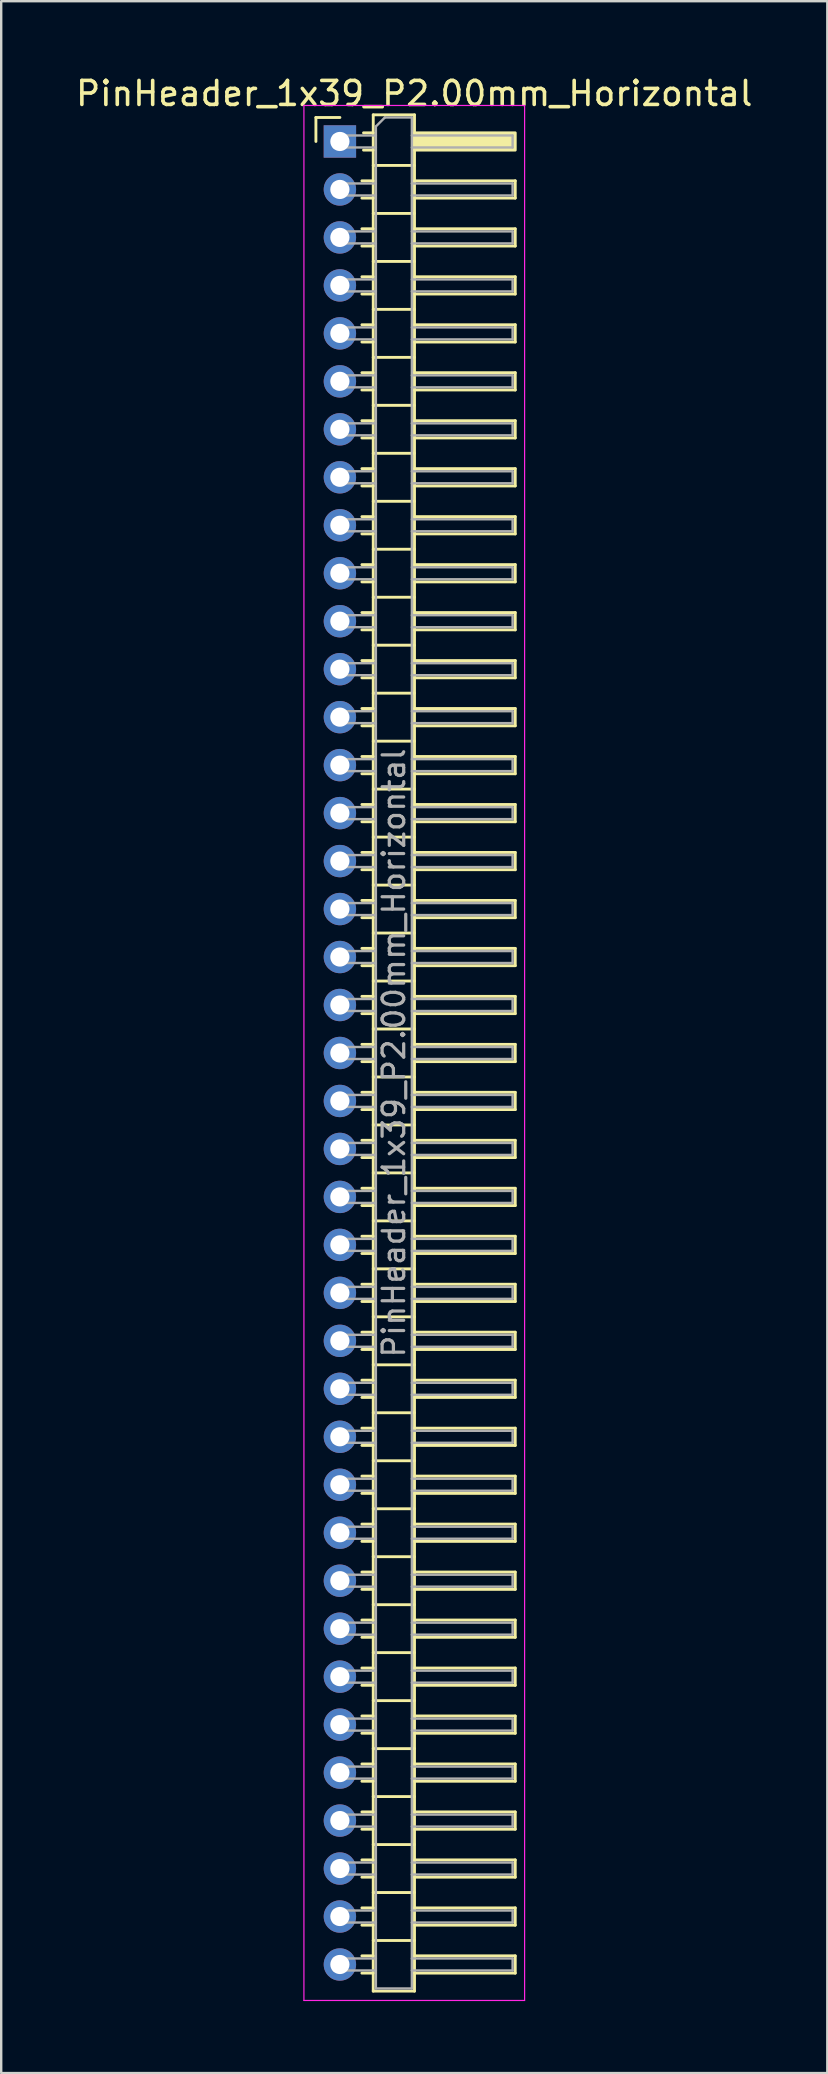
<source format=kicad_pcb>
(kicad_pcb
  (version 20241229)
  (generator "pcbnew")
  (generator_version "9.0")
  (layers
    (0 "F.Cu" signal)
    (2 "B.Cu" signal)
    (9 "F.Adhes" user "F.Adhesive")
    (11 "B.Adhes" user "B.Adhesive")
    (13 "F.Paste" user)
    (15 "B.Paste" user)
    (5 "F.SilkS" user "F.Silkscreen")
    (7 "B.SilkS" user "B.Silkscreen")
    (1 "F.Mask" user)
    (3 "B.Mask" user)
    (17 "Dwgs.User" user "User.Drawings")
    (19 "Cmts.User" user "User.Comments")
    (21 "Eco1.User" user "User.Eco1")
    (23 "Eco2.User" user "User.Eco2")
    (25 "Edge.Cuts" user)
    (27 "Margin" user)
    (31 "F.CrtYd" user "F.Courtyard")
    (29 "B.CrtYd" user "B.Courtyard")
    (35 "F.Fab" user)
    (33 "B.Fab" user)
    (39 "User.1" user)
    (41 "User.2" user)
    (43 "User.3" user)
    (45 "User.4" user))
  (footprint "PinHeader_1x39_P2.00mm_Horizontal"
    (layer "F.Cu")
    (at 11.12 2.848)
    (property "Reference" "PinHeader_1x39_P2.00mm_Horizontal" (at 3.1 -2 0) (layer "F.SilkS") (effects (font (size 1 1) (thickness 0.15))))
    (attr through_hole)
    (fp_line (start -1 -1) (end 0 -1) (stroke (width 0.12) (type solid)) (layer "F.SilkS"))
    (fp_line (start -1 0) (end -1 -1) (stroke (width 0.12) (type solid)) (layer "F.SilkS"))
    (fp_line (start 0.917 1.64) (end 1.39 1.64) (stroke (width 0.12) (type solid)) (layer "F.SilkS"))
    (fp_line (start 0.917 2.36) (end 1.39 2.36) (stroke (width 0.12) (type solid)) (layer "F.SilkS"))
    (fp_line (start 0.917 3.64) (end 1.39 3.64) (stroke (width 0.12) (type solid)) (layer "F.SilkS"))
    (fp_line (start 0.917 4.36) (end 1.39 4.36) (stroke (width 0.12) (type solid)) (layer "F.SilkS"))
    (fp_line (start 0.917 5.64) (end 1.39 5.64) (stroke (width 0.12) (type solid)) (layer "F.SilkS"))
    (fp_line (start 0.917 6.36) (end 1.39 6.36) (stroke (width 0.12) (type solid)) (layer "F.SilkS"))
    (fp_line (start 0.917 7.64) (end 1.39 7.64) (stroke (width 0.12) (type solid)) (layer "F.SilkS"))
    (fp_line (start 0.917 8.36) (end 1.39 8.36) (stroke (width 0.12) (type solid)) (layer "F.SilkS"))
    (fp_line (start 0.917 9.64) (end 1.39 9.64) (stroke (width 0.12) (type solid)) (layer "F.SilkS"))
    (fp_line (start 0.917 10.36) (end 1.39 10.36) (stroke (width 0.12) (type solid)) (layer "F.SilkS"))
    (fp_line (start 0.917 11.64) (end 1.39 11.64) (stroke (width 0.12) (type solid)) (layer "F.SilkS"))
    (fp_line (start 0.917 12.36) (end 1.39 12.36) (stroke (width 0.12) (type solid)) (layer "F.SilkS"))
    (fp_line (start 0.917 13.64) (end 1.39 13.64) (stroke (width 0.12) (type solid)) (layer "F.SilkS"))
    (fp_line (start 0.917 14.36) (end 1.39 14.36) (stroke (width 0.12) (type solid)) (layer "F.SilkS"))
    (fp_line (start 0.917 15.64) (end 1.39 15.64) (stroke (width 0.12) (type solid)) (layer "F.SilkS"))
    (fp_line (start 0.917 16.36) (end 1.39 16.36) (stroke (width 0.12) (type solid)) (layer "F.SilkS"))
    (fp_line (start 0.917 17.64) (end 1.39 17.64) (stroke (width 0.12) (type solid)) (layer "F.SilkS"))
    (fp_line (start 0.917 18.36) (end 1.39 18.36) (stroke (width 0.12) (type solid)) (layer "F.SilkS"))
    (fp_line (start 0.917 19.64) (end 1.39 19.64) (stroke (width 0.12) (type solid)) (layer "F.SilkS"))
    (fp_line (start 0.917 20.36) (end 1.39 20.36) (stroke (width 0.12) (type solid)) (layer "F.SilkS"))
    (fp_line (start 0.917 21.64) (end 1.39 21.64) (stroke (width 0.12) (type solid)) (layer "F.SilkS"))
    (fp_line (start 0.917 22.36) (end 1.39 22.36) (stroke (width 0.12) (type solid)) (layer "F.SilkS"))
    (fp_line (start 0.917 23.64) (end 1.39 23.64) (stroke (width 0.12) (type solid)) (layer "F.SilkS"))
    (fp_line (start 0.917 24.36) (end 1.39 24.36) (stroke (width 0.12) (type solid)) (layer "F.SilkS"))
    (fp_line (start 0.917 25.64) (end 1.39 25.64) (stroke (width 0.12) (type solid)) (layer "F.SilkS"))
    (fp_line (start 0.917 26.36) (end 1.39 26.36) (stroke (width 0.12) (type solid)) (layer "F.SilkS"))
    (fp_line (start 0.917 27.64) (end 1.39 27.64) (stroke (width 0.12) (type solid)) (layer "F.SilkS"))
    (fp_line (start 0.917 28.36) (end 1.39 28.36) (stroke (width 0.12) (type solid)) (layer "F.SilkS"))
    (fp_line (start 0.917 29.64) (end 1.39 29.64) (stroke (width 0.12) (type solid)) (layer "F.SilkS"))
    (fp_line (start 0.917 30.36) (end 1.39 30.36) (stroke (width 0.12) (type solid)) (layer "F.SilkS"))
    (fp_line (start 0.917 31.64) (end 1.39 31.64) (stroke (width 0.12) (type solid)) (layer "F.SilkS"))
    (fp_line (start 0.917 32.36) (end 1.39 32.36) (stroke (width 0.12) (type solid)) (layer "F.SilkS"))
    (fp_line (start 0.917 33.64) (end 1.39 33.64) (stroke (width 0.12) (type solid)) (layer "F.SilkS"))
    (fp_line (start 0.917 34.36) (end 1.39 34.36) (stroke (width 0.12) (type solid)) (layer "F.SilkS"))
    (fp_line (start 0.917 35.64) (end 1.39 35.64) (stroke (width 0.12) (type solid)) (layer "F.SilkS"))
    (fp_line (start 0.917 36.36) (end 1.39 36.36) (stroke (width 0.12) (type solid)) (layer "F.SilkS"))
    (fp_line (start 0.917 37.64) (end 1.39 37.64) (stroke (width 0.12) (type solid)) (layer "F.SilkS"))
    (fp_line (start 0.917 38.36) (end 1.39 38.36) (stroke (width 0.12) (type solid)) (layer "F.SilkS"))
    (fp_line (start 0.917 39.64) (end 1.39 39.64) (stroke (width 0.12) (type solid)) (layer "F.SilkS"))
    (fp_line (start 0.917 40.36) (end 1.39 40.36) (stroke (width 0.12) (type solid)) (layer "F.SilkS"))
    (fp_line (start 0.917 41.64) (end 1.39 41.64) (stroke (width 0.12) (type solid)) (layer "F.SilkS"))
    (fp_line (start 0.917 42.36) (end 1.39 42.36) (stroke (width 0.12) (type solid)) (layer "F.SilkS"))
    (fp_line (start 0.917 43.64) (end 1.39 43.64) (stroke (width 0.12) (type solid)) (layer "F.SilkS"))
    (fp_line (start 0.917 44.36) (end 1.39 44.36) (stroke (width 0.12) (type solid)) (layer "F.SilkS"))
    (fp_line (start 0.917 45.64) (end 1.39 45.64) (stroke (width 0.12) (type solid)) (layer "F.SilkS"))
    (fp_line (start 0.917 46.36) (end 1.39 46.36) (stroke (width 0.12) (type solid)) (layer "F.SilkS"))
    (fp_line (start 0.917 47.64) (end 1.39 47.64) (stroke (width 0.12) (type solid)) (layer "F.SilkS"))
    (fp_line (start 0.917 48.36) (end 1.39 48.36) (stroke (width 0.12) (type solid)) (layer "F.SilkS"))
    (fp_line (start 0.917 49.64) (end 1.39 49.64) (stroke (width 0.12) (type solid)) (layer "F.SilkS"))
    (fp_line (start 0.917 50.36) (end 1.39 50.36) (stroke (width 0.12) (type solid)) (layer "F.SilkS"))
    (fp_line (start 0.917 51.64) (end 1.39 51.64) (stroke (width 0.12) (type solid)) (layer "F.SilkS"))
    (fp_line (start 0.917 52.36) (end 1.39 52.36) (stroke (width 0.12) (type solid)) (layer "F.SilkS"))
    (fp_line (start 0.917 53.64) (end 1.39 53.64) (stroke (width 0.12) (type solid)) (layer "F.SilkS"))
    (fp_line (start 0.917 54.36) (end 1.39 54.36) (stroke (width 0.12) (type solid)) (layer "F.SilkS"))
    (fp_line (start 0.917 55.64) (end 1.39 55.64) (stroke (width 0.12) (type solid)) (layer "F.SilkS"))
    (fp_line (start 0.917 56.36) (end 1.39 56.36) (stroke (width 0.12) (type solid)) (layer "F.SilkS"))
    (fp_line (start 0.917 57.64) (end 1.39 57.64) (stroke (width 0.12) (type solid)) (layer "F.SilkS"))
    (fp_line (start 0.917 58.36) (end 1.39 58.36) (stroke (width 0.12) (type solid)) (layer "F.SilkS"))
    (fp_line (start 0.917 59.64) (end 1.39 59.64) (stroke (width 0.12) (type solid)) (layer "F.SilkS"))
    (fp_line (start 0.917 60.36) (end 1.39 60.36) (stroke (width 0.12) (type solid)) (layer "F.SilkS"))
    (fp_line (start 0.917 61.64) (end 1.39 61.64) (stroke (width 0.12) (type solid)) (layer "F.SilkS"))
    (fp_line (start 0.917 62.36) (end 1.39 62.36) (stroke (width 0.12) (type solid)) (layer "F.SilkS"))
    (fp_line (start 0.917 63.64) (end 1.39 63.64) (stroke (width 0.12) (type solid)) (layer "F.SilkS"))
    (fp_line (start 0.917 64.36) (end 1.39 64.36) (stroke (width 0.12) (type solid)) (layer "F.SilkS"))
    (fp_line (start 0.917 65.64) (end 1.39 65.64) (stroke (width 0.12) (type solid)) (layer "F.SilkS"))
    (fp_line (start 0.917 66.36) (end 1.39 66.36) (stroke (width 0.12) (type solid)) (layer "F.SilkS"))
    (fp_line (start 0.917 67.64) (end 1.39 67.64) (stroke (width 0.12) (type solid)) (layer "F.SilkS"))
    (fp_line (start 0.917 68.36) (end 1.39 68.36) (stroke (width 0.12) (type solid)) (layer "F.SilkS"))
    (fp_line (start 0.917 69.64) (end 1.39 69.64) (stroke (width 0.12) (type solid)) (layer "F.SilkS"))
    (fp_line (start 0.917 70.36) (end 1.39 70.36) (stroke (width 0.12) (type solid)) (layer "F.SilkS"))
    (fp_line (start 0.917 71.64) (end 1.39 71.64) (stroke (width 0.12) (type solid)) (layer "F.SilkS"))
    (fp_line (start 0.917 72.36) (end 1.39 72.36) (stroke (width 0.12) (type solid)) (layer "F.SilkS"))
    (fp_line (start 0.917 73.64) (end 1.39 73.64) (stroke (width 0.12) (type solid)) (layer "F.SilkS"))
    (fp_line (start 0.917 74.36) (end 1.39 74.36) (stroke (width 0.12) (type solid)) (layer "F.SilkS"))
    (fp_line (start 0.917 75.64) (end 1.39 75.64) (stroke (width 0.12) (type solid)) (layer "F.SilkS"))
    (fp_line (start 0.917 76.36) (end 1.39 76.36) (stroke (width 0.12) (type solid)) (layer "F.SilkS"))
    (fp_line (start 0.985 -0.36) (end 1.39 -0.36) (stroke (width 0.12) (type solid)) (layer "F.SilkS"))
    (fp_line (start 0.985 0.36) (end 1.39 0.36) (stroke (width 0.12) (type solid)) (layer "F.SilkS"))
    (fp_line (start 1.39 -1.11) (end 1.39 77.11) (stroke (width 0.12) (type solid)) (layer "F.SilkS"))
    (fp_line (start 1.39 1) (end 3.11 1) (stroke (width 0.12) (type solid)) (layer "F.SilkS"))
    (fp_line (start 1.39 3) (end 3.11 3) (stroke (width 0.12) (type solid)) (layer "F.SilkS"))
    (fp_line (start 1.39 5) (end 3.11 5) (stroke (width 0.12) (type solid)) (layer "F.SilkS"))
    (fp_line (start 1.39 7) (end 3.11 7) (stroke (width 0.12) (type solid)) (layer "F.SilkS"))
    (fp_line (start 1.39 9) (end 3.11 9) (stroke (width 0.12) (type solid)) (layer "F.SilkS"))
    (fp_line (start 1.39 11) (end 3.11 11) (stroke (width 0.12) (type solid)) (layer "F.SilkS"))
    (fp_line (start 1.39 13) (end 3.11 13) (stroke (width 0.12) (type solid)) (layer "F.SilkS"))
    (fp_line (start 1.39 15) (end 3.11 15) (stroke (width 0.12) (type solid)) (layer "F.SilkS"))
    (fp_line (start 1.39 17) (end 3.11 17) (stroke (width 0.12) (type solid)) (layer "F.SilkS"))
    (fp_line (start 1.39 19) (end 3.11 19) (stroke (width 0.12) (type solid)) (layer "F.SilkS"))
    (fp_line (start 1.39 21) (end 3.11 21) (stroke (width 0.12) (type solid)) (layer "F.SilkS"))
    (fp_line (start 1.39 23) (end 3.11 23) (stroke (width 0.12) (type solid)) (layer "F.SilkS"))
    (fp_line (start 1.39 25) (end 3.11 25) (stroke (width 0.12) (type solid)) (layer "F.SilkS"))
    (fp_line (start 1.39 27) (end 3.11 27) (stroke (width 0.12) (type solid)) (layer "F.SilkS"))
    (fp_line (start 1.39 29) (end 3.11 29) (stroke (width 0.12) (type solid)) (layer "F.SilkS"))
    (fp_line (start 1.39 31) (end 3.11 31) (stroke (width 0.12) (type solid)) (layer "F.SilkS"))
    (fp_line (start 1.39 33) (end 3.11 33) (stroke (width 0.12) (type solid)) (layer "F.SilkS"))
    (fp_line (start 1.39 35) (end 3.11 35) (stroke (width 0.12) (type solid)) (layer "F.SilkS"))
    (fp_line (start 1.39 37) (end 3.11 37) (stroke (width 0.12) (type solid)) (layer "F.SilkS"))
    (fp_line (start 1.39 39) (end 3.11 39) (stroke (width 0.12) (type solid)) (layer "F.SilkS"))
    (fp_line (start 1.39 41) (end 3.11 41) (stroke (width 0.12) (type solid)) (layer "F.SilkS"))
    (fp_line (start 1.39 43) (end 3.11 43) (stroke (width 0.12) (type solid)) (layer "F.SilkS"))
    (fp_line (start 1.39 45) (end 3.11 45) (stroke (width 0.12) (type solid)) (layer "F.SilkS"))
    (fp_line (start 1.39 47) (end 3.11 47) (stroke (width 0.12) (type solid)) (layer "F.SilkS"))
    (fp_line (start 1.39 49) (end 3.11 49) (stroke (width 0.12) (type solid)) (layer "F.SilkS"))
    (fp_line (start 1.39 51) (end 3.11 51) (stroke (width 0.12) (type solid)) (layer "F.SilkS"))
    (fp_line (start 1.39 53) (end 3.11 53) (stroke (width 0.12) (type solid)) (layer "F.SilkS"))
    (fp_line (start 1.39 55) (end 3.11 55) (stroke (width 0.12) (type solid)) (layer "F.SilkS"))
    (fp_line (start 1.39 57) (end 3.11 57) (stroke (width 0.12) (type solid)) (layer "F.SilkS"))
    (fp_line (start 1.39 59) (end 3.11 59) (stroke (width 0.12) (type solid)) (layer "F.SilkS"))
    (fp_line (start 1.39 61) (end 3.11 61) (stroke (width 0.12) (type solid)) (layer "F.SilkS"))
    (fp_line (start 1.39 63) (end 3.11 63) (stroke (width 0.12) (type solid)) (layer "F.SilkS"))
    (fp_line (start 1.39 65) (end 3.11 65) (stroke (width 0.12) (type solid)) (layer "F.SilkS"))
    (fp_line (start 1.39 67) (end 3.11 67) (stroke (width 0.12) (type solid)) (layer "F.SilkS"))
    (fp_line (start 1.39 69) (end 3.11 69) (stroke (width 0.12) (type solid)) (layer "F.SilkS"))
    (fp_line (start 1.39 71) (end 3.11 71) (stroke (width 0.12) (type solid)) (layer "F.SilkS"))
    (fp_line (start 1.39 73) (end 3.11 73) (stroke (width 0.12) (type solid)) (layer "F.SilkS"))
    (fp_line (start 1.39 75) (end 3.11 75) (stroke (width 0.12) (type solid)) (layer "F.SilkS"))
    (fp_line (start 1.39 77.11) (end 3.11 77.11) (stroke (width 0.12) (type solid)) (layer "F.SilkS"))
    (fp_line (start 3.11 -1.11) (end 1.39 -1.11) (stroke (width 0.12) (type solid)) (layer "F.SilkS"))
    (fp_line (start 3.11 1.64) (end 7.31 1.64) (stroke (width 0.12) (type solid)) (layer "F.SilkS"))
    (fp_line (start 3.11 3.64) (end 7.31 3.64) (stroke (width 0.12) (type solid)) (layer "F.SilkS"))
    (fp_line (start 3.11 5.64) (end 7.31 5.64) (stroke (width 0.12) (type solid)) (layer "F.SilkS"))
    (fp_line (start 3.11 7.64) (end 7.31 7.64) (stroke (width 0.12) (type solid)) (layer "F.SilkS"))
    (fp_line (start 3.11 9.64) (end 7.31 9.64) (stroke (width 0.12) (type solid)) (layer "F.SilkS"))
    (fp_line (start 3.11 11.64) (end 7.31 11.64) (stroke (width 0.12) (type solid)) (layer "F.SilkS"))
    (fp_line (start 3.11 13.64) (end 7.31 13.64) (stroke (width 0.12) (type solid)) (layer "F.SilkS"))
    (fp_line (start 3.11 15.64) (end 7.31 15.64) (stroke (width 0.12) (type solid)) (layer "F.SilkS"))
    (fp_line (start 3.11 17.64) (end 7.31 17.64) (stroke (width 0.12) (type solid)) (layer "F.SilkS"))
    (fp_line (start 3.11 19.64) (end 7.31 19.64) (stroke (width 0.12) (type solid)) (layer "F.SilkS"))
    (fp_line (start 3.11 21.64) (end 7.31 21.64) (stroke (width 0.12) (type solid)) (layer "F.SilkS"))
    (fp_line (start 3.11 23.64) (end 7.31 23.64) (stroke (width 0.12) (type solid)) (layer "F.SilkS"))
    (fp_line (start 3.11 25.64) (end 7.31 25.64) (stroke (width 0.12) (type solid)) (layer "F.SilkS"))
    (fp_line (start 3.11 27.64) (end 7.31 27.64) (stroke (width 0.12) (type solid)) (layer "F.SilkS"))
    (fp_line (start 3.11 29.64) (end 7.31 29.64) (stroke (width 0.12) (type solid)) (layer "F.SilkS"))
    (fp_line (start 3.11 31.64) (end 7.31 31.64) (stroke (width 0.12) (type solid)) (layer "F.SilkS"))
    (fp_line (start 3.11 33.64) (end 7.31 33.64) (stroke (width 0.12) (type solid)) (layer "F.SilkS"))
    (fp_line (start 3.11 35.64) (end 7.31 35.64) (stroke (width 0.12) (type solid)) (layer "F.SilkS"))
    (fp_line (start 3.11 37.64) (end 7.31 37.64) (stroke (width 0.12) (type solid)) (layer "F.SilkS"))
    (fp_line (start 3.11 39.64) (end 7.31 39.64) (stroke (width 0.12) (type solid)) (layer "F.SilkS"))
    (fp_line (start 3.11 41.64) (end 7.31 41.64) (stroke (width 0.12) (type solid)) (layer "F.SilkS"))
    (fp_line (start 3.11 43.64) (end 7.31 43.64) (stroke (width 0.12) (type solid)) (layer "F.SilkS"))
    (fp_line (start 3.11 45.64) (end 7.31 45.64) (stroke (width 0.12) (type solid)) (layer "F.SilkS"))
    (fp_line (start 3.11 47.64) (end 7.31 47.64) (stroke (width 0.12) (type solid)) (layer "F.SilkS"))
    (fp_line (start 3.11 49.64) (end 7.31 49.64) (stroke (width 0.12) (type solid)) (layer "F.SilkS"))
    (fp_line (start 3.11 51.64) (end 7.31 51.64) (stroke (width 0.12) (type solid)) (layer "F.SilkS"))
    (fp_line (start 3.11 53.64) (end 7.31 53.64) (stroke (width 0.12) (type solid)) (layer "F.SilkS"))
    (fp_line (start 3.11 55.64) (end 7.31 55.64) (stroke (width 0.12) (type solid)) (layer "F.SilkS"))
    (fp_line (start 3.11 57.64) (end 7.31 57.64) (stroke (width 0.12) (type solid)) (layer "F.SilkS"))
    (fp_line (start 3.11 59.64) (end 7.31 59.64) (stroke (width 0.12) (type solid)) (layer "F.SilkS"))
    (fp_line (start 3.11 61.64) (end 7.31 61.64) (stroke (width 0.12) (type solid)) (layer "F.SilkS"))
    (fp_line (start 3.11 63.64) (end 7.31 63.64) (stroke (width 0.12) (type solid)) (layer "F.SilkS"))
    (fp_line (start 3.11 65.64) (end 7.31 65.64) (stroke (width 0.12) (type solid)) (layer "F.SilkS"))
    (fp_line (start 3.11 67.64) (end 7.31 67.64) (stroke (width 0.12) (type solid)) (layer "F.SilkS"))
    (fp_line (start 3.11 69.64) (end 7.31 69.64) (stroke (width 0.12) (type solid)) (layer "F.SilkS"))
    (fp_line (start 3.11 71.64) (end 7.31 71.64) (stroke (width 0.12) (type solid)) (layer "F.SilkS"))
    (fp_line (start 3.11 73.64) (end 7.31 73.64) (stroke (width 0.12) (type solid)) (layer "F.SilkS"))
    (fp_line (start 3.11 75.64) (end 7.31 75.64) (stroke (width 0.12) (type solid)) (layer "F.SilkS"))
    (fp_line (start 3.11 77.11) (end 3.11 -1.11) (stroke (width 0.12) (type solid)) (layer "F.SilkS"))
    (fp_line (start 7.31 1.64) (end 7.31 2.36) (stroke (width 0.12) (type solid)) (layer "F.SilkS"))
    (fp_line (start 7.31 2.36) (end 3.11 2.36) (stroke (width 0.12) (type solid)) (layer "F.SilkS"))
    (fp_line (start 7.31 3.64) (end 7.31 4.36) (stroke (width 0.12) (type solid)) (layer "F.SilkS"))
    (fp_line (start 7.31 4.36) (end 3.11 4.36) (stroke (width 0.12) (type solid)) (layer "F.SilkS"))
    (fp_line (start 7.31 5.64) (end 7.31 6.36) (stroke (width 0.12) (type solid)) (layer "F.SilkS"))
    (fp_line (start 7.31 6.36) (end 3.11 6.36) (stroke (width 0.12) (type solid)) (layer "F.SilkS"))
    (fp_line (start 7.31 7.64) (end 7.31 8.36) (stroke (width 0.12) (type solid)) (layer "F.SilkS"))
    (fp_line (start 7.31 8.36) (end 3.11 8.36) (stroke (width 0.12) (type solid)) (layer "F.SilkS"))
    (fp_line (start 7.31 9.64) (end 7.31 10.36) (stroke (width 0.12) (type solid)) (layer "F.SilkS"))
    (fp_line (start 7.31 10.36) (end 3.11 10.36) (stroke (width 0.12) (type solid)) (layer "F.SilkS"))
    (fp_line (start 7.31 11.64) (end 7.31 12.36) (stroke (width 0.12) (type solid)) (layer "F.SilkS"))
    (fp_line (start 7.31 12.36) (end 3.11 12.36) (stroke (width 0.12) (type solid)) (layer "F.SilkS"))
    (fp_line (start 7.31 13.64) (end 7.31 14.36) (stroke (width 0.12) (type solid)) (layer "F.SilkS"))
    (fp_line (start 7.31 14.36) (end 3.11 14.36) (stroke (width 0.12) (type solid)) (layer "F.SilkS"))
    (fp_line (start 7.31 15.64) (end 7.31 16.36) (stroke (width 0.12) (type solid)) (layer "F.SilkS"))
    (fp_line (start 7.31 16.36) (end 3.11 16.36) (stroke (width 0.12) (type solid)) (layer "F.SilkS"))
    (fp_line (start 7.31 17.64) (end 7.31 18.36) (stroke (width 0.12) (type solid)) (layer "F.SilkS"))
    (fp_line (start 7.31 18.36) (end 3.11 18.36) (stroke (width 0.12) (type solid)) (layer "F.SilkS"))
    (fp_line (start 7.31 19.64) (end 7.31 20.36) (stroke (width 0.12) (type solid)) (layer "F.SilkS"))
    (fp_line (start 7.31 20.36) (end 3.11 20.36) (stroke (width 0.12) (type solid)) (layer "F.SilkS"))
    (fp_line (start 7.31 21.64) (end 7.31 22.36) (stroke (width 0.12) (type solid)) (layer "F.SilkS"))
    (fp_line (start 7.31 22.36) (end 3.11 22.36) (stroke (width 0.12) (type solid)) (layer "F.SilkS"))
    (fp_line (start 7.31 23.64) (end 7.31 24.36) (stroke (width 0.12) (type solid)) (layer "F.SilkS"))
    (fp_line (start 7.31 24.36) (end 3.11 24.36) (stroke (width 0.12) (type solid)) (layer "F.SilkS"))
    (fp_line (start 7.31 25.64) (end 7.31 26.36) (stroke (width 0.12) (type solid)) (layer "F.SilkS"))
    (fp_line (start 7.31 26.36) (end 3.11 26.36) (stroke (width 0.12) (type solid)) (layer "F.SilkS"))
    (fp_line (start 7.31 27.64) (end 7.31 28.36) (stroke (width 0.12) (type solid)) (layer "F.SilkS"))
    (fp_line (start 7.31 28.36) (end 3.11 28.36) (stroke (width 0.12) (type solid)) (layer "F.SilkS"))
    (fp_line (start 7.31 29.64) (end 7.31 30.36) (stroke (width 0.12) (type solid)) (layer "F.SilkS"))
    (fp_line (start 7.31 30.36) (end 3.11 30.36) (stroke (width 0.12) (type solid)) (layer "F.SilkS"))
    (fp_line (start 7.31 31.64) (end 7.31 32.36) (stroke (width 0.12) (type solid)) (layer "F.SilkS"))
    (fp_line (start 7.31 32.36) (end 3.11 32.36) (stroke (width 0.12) (type solid)) (layer "F.SilkS"))
    (fp_line (start 7.31 33.64) (end 7.31 34.36) (stroke (width 0.12) (type solid)) (layer "F.SilkS"))
    (fp_line (start 7.31 34.36) (end 3.11 34.36) (stroke (width 0.12) (type solid)) (layer "F.SilkS"))
    (fp_line (start 7.31 35.64) (end 7.31 36.36) (stroke (width 0.12) (type solid)) (layer "F.SilkS"))
    (fp_line (start 7.31 36.36) (end 3.11 36.36) (stroke (width 0.12) (type solid)) (layer "F.SilkS"))
    (fp_line (start 7.31 37.64) (end 7.31 38.36) (stroke (width 0.12) (type solid)) (layer "F.SilkS"))
    (fp_line (start 7.31 38.36) (end 3.11 38.36) (stroke (width 0.12) (type solid)) (layer "F.SilkS"))
    (fp_line (start 7.31 39.64) (end 7.31 40.36) (stroke (width 0.12) (type solid)) (layer "F.SilkS"))
    (fp_line (start 7.31 40.36) (end 3.11 40.36) (stroke (width 0.12) (type solid)) (layer "F.SilkS"))
    (fp_line (start 7.31 41.64) (end 7.31 42.36) (stroke (width 0.12) (type solid)) (layer "F.SilkS"))
    (fp_line (start 7.31 42.36) (end 3.11 42.36) (stroke (width 0.12) (type solid)) (layer "F.SilkS"))
    (fp_line (start 7.31 43.64) (end 7.31 44.36) (stroke (width 0.12) (type solid)) (layer "F.SilkS"))
    (fp_line (start 7.31 44.36) (end 3.11 44.36) (stroke (width 0.12) (type solid)) (layer "F.SilkS"))
    (fp_line (start 7.31 45.64) (end 7.31 46.36) (stroke (width 0.12) (type solid)) (layer "F.SilkS"))
    (fp_line (start 7.31 46.36) (end 3.11 46.36) (stroke (width 0.12) (type solid)) (layer "F.SilkS"))
    (fp_line (start 7.31 47.64) (end 7.31 48.36) (stroke (width 0.12) (type solid)) (layer "F.SilkS"))
    (fp_line (start 7.31 48.36) (end 3.11 48.36) (stroke (width 0.12) (type solid)) (layer "F.SilkS"))
    (fp_line (start 7.31 49.64) (end 7.31 50.36) (stroke (width 0.12) (type solid)) (layer "F.SilkS"))
    (fp_line (start 7.31 50.36) (end 3.11 50.36) (stroke (width 0.12) (type solid)) (layer "F.SilkS"))
    (fp_line (start 7.31 51.64) (end 7.31 52.36) (stroke (width 0.12) (type solid)) (layer "F.SilkS"))
    (fp_line (start 7.31 52.36) (end 3.11 52.36) (stroke (width 0.12) (type solid)) (layer "F.SilkS"))
    (fp_line (start 7.31 53.64) (end 7.31 54.36) (stroke (width 0.12) (type solid)) (layer "F.SilkS"))
    (fp_line (start 7.31 54.36) (end 3.11 54.36) (stroke (width 0.12) (type solid)) (layer "F.SilkS"))
    (fp_line (start 7.31 55.64) (end 7.31 56.36) (stroke (width 0.12) (type solid)) (layer "F.SilkS"))
    (fp_line (start 7.31 56.36) (end 3.11 56.36) (stroke (width 0.12) (type solid)) (layer "F.SilkS"))
    (fp_line (start 7.31 57.64) (end 7.31 58.36) (stroke (width 0.12) (type solid)) (layer "F.SilkS"))
    (fp_line (start 7.31 58.36) (end 3.11 58.36) (stroke (width 0.12) (type solid)) (layer "F.SilkS"))
    (fp_line (start 7.31 59.64) (end 7.31 60.36) (stroke (width 0.12) (type solid)) (layer "F.SilkS"))
    (fp_line (start 7.31 60.36) (end 3.11 60.36) (stroke (width 0.12) (type solid)) (layer "F.SilkS"))
    (fp_line (start 7.31 61.64) (end 7.31 62.36) (stroke (width 0.12) (type solid)) (layer "F.SilkS"))
    (fp_line (start 7.31 62.36) (end 3.11 62.36) (stroke (width 0.12) (type solid)) (layer "F.SilkS"))
    (fp_line (start 7.31 63.64) (end 7.31 64.36) (stroke (width 0.12) (type solid)) (layer "F.SilkS"))
    (fp_line (start 7.31 64.36) (end 3.11 64.36) (stroke (width 0.12) (type solid)) (layer "F.SilkS"))
    (fp_line (start 7.31 65.64) (end 7.31 66.36) (stroke (width 0.12) (type solid)) (layer "F.SilkS"))
    (fp_line (start 7.31 66.36) (end 3.11 66.36) (stroke (width 0.12) (type solid)) (layer "F.SilkS"))
    (fp_line (start 7.31 67.64) (end 7.31 68.36) (stroke (width 0.12) (type solid)) (layer "F.SilkS"))
    (fp_line (start 7.31 68.36) (end 3.11 68.36) (stroke (width 0.12) (type solid)) (layer "F.SilkS"))
    (fp_line (start 7.31 69.64) (end 7.31 70.36) (stroke (width 0.12) (type solid)) (layer "F.SilkS"))
    (fp_line (start 7.31 70.36) (end 3.11 70.36) (stroke (width 0.12) (type solid)) (layer "F.SilkS"))
    (fp_line (start 7.31 71.64) (end 7.31 72.36) (stroke (width 0.12) (type solid)) (layer "F.SilkS"))
    (fp_line (start 7.31 72.36) (end 3.11 72.36) (stroke (width 0.12) (type solid)) (layer "F.SilkS"))
    (fp_line (start 7.31 73.64) (end 7.31 74.36) (stroke (width 0.12) (type solid)) (layer "F.SilkS"))
    (fp_line (start 7.31 74.36) (end 3.11 74.36) (stroke (width 0.12) (type solid)) (layer "F.SilkS"))
    (fp_line (start 7.31 75.64) (end 7.31 76.36) (stroke (width 0.12) (type solid)) (layer "F.SilkS"))
    (fp_line (start 7.31 76.36) (end 3.11 76.36) (stroke (width 0.12) (type solid)) (layer "F.SilkS"))
    (fp_rect (start 3.11 -0.36) (end 7.31 0.36) (stroke (width 0.12) (type solid)) (fill yes) (layer "F.SilkS"))
    (fp_line (start -1.5 -1.5) (end -1.5 77.5) (stroke (width 0.05) (type solid)) (layer "F.CrtYd"))
    (fp_line (start -1.5 77.5) (end 7.7 77.5) (stroke (width 0.05) (type solid)) (layer "F.CrtYd"))
    (fp_line (start 7.7 -1.5) (end -1.5 -1.5) (stroke (width 0.05) (type solid)) (layer "F.CrtYd"))
    (fp_line (start 7.7 77.5) (end 7.7 -1.5) (stroke (width 0.05) (type solid)) (layer "F.CrtYd"))
    (fp_line (start -0.25 -0.25) (end -0.25 0.25) (stroke (width 0.1) (type solid)) (layer "F.Fab"))
    (fp_line (start -0.25 -0.25) (end 1.5 -0.25) (stroke (width 0.1) (type solid)) (layer "F.Fab"))
    (fp_line (start -0.25 0.25) (end 1.5 0.25) (stroke (width 0.1) (type solid)) (layer "F.Fab"))
    (fp_line (start -0.25 1.75) (end -0.25 2.25) (stroke (width 0.1) (type solid)) (layer "F.Fab"))
    (fp_line (start -0.25 1.75) (end 1.5 1.75) (stroke (width 0.1) (type solid)) (layer "F.Fab"))
    (fp_line (start -0.25 2.25) (end 1.5 2.25) (stroke (width 0.1) (type solid)) (layer "F.Fab"))
    (fp_line (start -0.25 3.75) (end -0.25 4.25) (stroke (width 0.1) (type solid)) (layer "F.Fab"))
    (fp_line (start -0.25 3.75) (end 1.5 3.75) (stroke (width 0.1) (type solid)) (layer "F.Fab"))
    (fp_line (start -0.25 4.25) (end 1.5 4.25) (stroke (width 0.1) (type solid)) (layer "F.Fab"))
    (fp_line (start -0.25 5.75) (end -0.25 6.25) (stroke (width 0.1) (type solid)) (layer "F.Fab"))
    (fp_line (start -0.25 5.75) (end 1.5 5.75) (stroke (width 0.1) (type solid)) (layer "F.Fab"))
    (fp_line (start -0.25 6.25) (end 1.5 6.25) (stroke (width 0.1) (type solid)) (layer "F.Fab"))
    (fp_line (start -0.25 7.75) (end -0.25 8.25) (stroke (width 0.1) (type solid)) (layer "F.Fab"))
    (fp_line (start -0.25 7.75) (end 1.5 7.75) (stroke (width 0.1) (type solid)) (layer "F.Fab"))
    (fp_line (start -0.25 8.25) (end 1.5 8.25) (stroke (width 0.1) (type solid)) (layer "F.Fab"))
    (fp_line (start -0.25 9.75) (end -0.25 10.25) (stroke (width 0.1) (type solid)) (layer "F.Fab"))
    (fp_line (start -0.25 9.75) (end 1.5 9.75) (stroke (width 0.1) (type solid)) (layer "F.Fab"))
    (fp_line (start -0.25 10.25) (end 1.5 10.25) (stroke (width 0.1) (type solid)) (layer "F.Fab"))
    (fp_line (start -0.25 11.75) (end -0.25 12.25) (stroke (width 0.1) (type solid)) (layer "F.Fab"))
    (fp_line (start -0.25 11.75) (end 1.5 11.75) (stroke (width 0.1) (type solid)) (layer "F.Fab"))
    (fp_line (start -0.25 12.25) (end 1.5 12.25) (stroke (width 0.1) (type solid)) (layer "F.Fab"))
    (fp_line (start -0.25 13.75) (end -0.25 14.25) (stroke (width 0.1) (type solid)) (layer "F.Fab"))
    (fp_line (start -0.25 13.75) (end 1.5 13.75) (stroke (width 0.1) (type solid)) (layer "F.Fab"))
    (fp_line (start -0.25 14.25) (end 1.5 14.25) (stroke (width 0.1) (type solid)) (layer "F.Fab"))
    (fp_line (start -0.25 15.75) (end -0.25 16.25) (stroke (width 0.1) (type solid)) (layer "F.Fab"))
    (fp_line (start -0.25 15.75) (end 1.5 15.75) (stroke (width 0.1) (type solid)) (layer "F.Fab"))
    (fp_line (start -0.25 16.25) (end 1.5 16.25) (stroke (width 0.1) (type solid)) (layer "F.Fab"))
    (fp_line (start -0.25 17.75) (end -0.25 18.25) (stroke (width 0.1) (type solid)) (layer "F.Fab"))
    (fp_line (start -0.25 17.75) (end 1.5 17.75) (stroke (width 0.1) (type solid)) (layer "F.Fab"))
    (fp_line (start -0.25 18.25) (end 1.5 18.25) (stroke (width 0.1) (type solid)) (layer "F.Fab"))
    (fp_line (start -0.25 19.75) (end -0.25 20.25) (stroke (width 0.1) (type solid)) (layer "F.Fab"))
    (fp_line (start -0.25 19.75) (end 1.5 19.75) (stroke (width 0.1) (type solid)) (layer "F.Fab"))
    (fp_line (start -0.25 20.25) (end 1.5 20.25) (stroke (width 0.1) (type solid)) (layer "F.Fab"))
    (fp_line (start -0.25 21.75) (end -0.25 22.25) (stroke (width 0.1) (type solid)) (layer "F.Fab"))
    (fp_line (start -0.25 21.75) (end 1.5 21.75) (stroke (width 0.1) (type solid)) (layer "F.Fab"))
    (fp_line (start -0.25 22.25) (end 1.5 22.25) (stroke (width 0.1) (type solid)) (layer "F.Fab"))
    (fp_line (start -0.25 23.75) (end -0.25 24.25) (stroke (width 0.1) (type solid)) (layer "F.Fab"))
    (fp_line (start -0.25 23.75) (end 1.5 23.75) (stroke (width 0.1) (type solid)) (layer "F.Fab"))
    (fp_line (start -0.25 24.25) (end 1.5 24.25) (stroke (width 0.1) (type solid)) (layer "F.Fab"))
    (fp_line (start -0.25 25.75) (end -0.25 26.25) (stroke (width 0.1) (type solid)) (layer "F.Fab"))
    (fp_line (start -0.25 25.75) (end 1.5 25.75) (stroke (width 0.1) (type solid)) (layer "F.Fab"))
    (fp_line (start -0.25 26.25) (end 1.5 26.25) (stroke (width 0.1) (type solid)) (layer "F.Fab"))
    (fp_line (start -0.25 27.75) (end -0.25 28.25) (stroke (width 0.1) (type solid)) (layer "F.Fab"))
    (fp_line (start -0.25 27.75) (end 1.5 27.75) (stroke (width 0.1) (type solid)) (layer "F.Fab"))
    (fp_line (start -0.25 28.25) (end 1.5 28.25) (stroke (width 0.1) (type solid)) (layer "F.Fab"))
    (fp_line (start -0.25 29.75) (end -0.25 30.25) (stroke (width 0.1) (type solid)) (layer "F.Fab"))
    (fp_line (start -0.25 29.75) (end 1.5 29.75) (stroke (width 0.1) (type solid)) (layer "F.Fab"))
    (fp_line (start -0.25 30.25) (end 1.5 30.25) (stroke (width 0.1) (type solid)) (layer "F.Fab"))
    (fp_line (start -0.25 31.75) (end -0.25 32.25) (stroke (width 0.1) (type solid)) (layer "F.Fab"))
    (fp_line (start -0.25 31.75) (end 1.5 31.75) (stroke (width 0.1) (type solid)) (layer "F.Fab"))
    (fp_line (start -0.25 32.25) (end 1.5 32.25) (stroke (width 0.1) (type solid)) (layer "F.Fab"))
    (fp_line (start -0.25 33.75) (end -0.25 34.25) (stroke (width 0.1) (type solid)) (layer "F.Fab"))
    (fp_line (start -0.25 33.75) (end 1.5 33.75) (stroke (width 0.1) (type solid)) (layer "F.Fab"))
    (fp_line (start -0.25 34.25) (end 1.5 34.25) (stroke (width 0.1) (type solid)) (layer "F.Fab"))
    (fp_line (start -0.25 35.75) (end -0.25 36.25) (stroke (width 0.1) (type solid)) (layer "F.Fab"))
    (fp_line (start -0.25 35.75) (end 1.5 35.75) (stroke (width 0.1) (type solid)) (layer "F.Fab"))
    (fp_line (start -0.25 36.25) (end 1.5 36.25) (stroke (width 0.1) (type solid)) (layer "F.Fab"))
    (fp_line (start -0.25 37.75) (end -0.25 38.25) (stroke (width 0.1) (type solid)) (layer "F.Fab"))
    (fp_line (start -0.25 37.75) (end 1.5 37.75) (stroke (width 0.1) (type solid)) (layer "F.Fab"))
    (fp_line (start -0.25 38.25) (end 1.5 38.25) (stroke (width 0.1) (type solid)) (layer "F.Fab"))
    (fp_line (start -0.25 39.75) (end -0.25 40.25) (stroke (width 0.1) (type solid)) (layer "F.Fab"))
    (fp_line (start -0.25 39.75) (end 1.5 39.75) (stroke (width 0.1) (type solid)) (layer "F.Fab"))
    (fp_line (start -0.25 40.25) (end 1.5 40.25) (stroke (width 0.1) (type solid)) (layer "F.Fab"))
    (fp_line (start -0.25 41.75) (end -0.25 42.25) (stroke (width 0.1) (type solid)) (layer "F.Fab"))
    (fp_line (start -0.25 41.75) (end 1.5 41.75) (stroke (width 0.1) (type solid)) (layer "F.Fab"))
    (fp_line (start -0.25 42.25) (end 1.5 42.25) (stroke (width 0.1) (type solid)) (layer "F.Fab"))
    (fp_line (start -0.25 43.75) (end -0.25 44.25) (stroke (width 0.1) (type solid)) (layer "F.Fab"))
    (fp_line (start -0.25 43.75) (end 1.5 43.75) (stroke (width 0.1) (type solid)) (layer "F.Fab"))
    (fp_line (start -0.25 44.25) (end 1.5 44.25) (stroke (width 0.1) (type solid)) (layer "F.Fab"))
    (fp_line (start -0.25 45.75) (end -0.25 46.25) (stroke (width 0.1) (type solid)) (layer "F.Fab"))
    (fp_line (start -0.25 45.75) (end 1.5 45.75) (stroke (width 0.1) (type solid)) (layer "F.Fab"))
    (fp_line (start -0.25 46.25) (end 1.5 46.25) (stroke (width 0.1) (type solid)) (layer "F.Fab"))
    (fp_line (start -0.25 47.75) (end -0.25 48.25) (stroke (width 0.1) (type solid)) (layer "F.Fab"))
    (fp_line (start -0.25 47.75) (end 1.5 47.75) (stroke (width 0.1) (type solid)) (layer "F.Fab"))
    (fp_line (start -0.25 48.25) (end 1.5 48.25) (stroke (width 0.1) (type solid)) (layer "F.Fab"))
    (fp_line (start -0.25 49.75) (end -0.25 50.25) (stroke (width 0.1) (type solid)) (layer "F.Fab"))
    (fp_line (start -0.25 49.75) (end 1.5 49.75) (stroke (width 0.1) (type solid)) (layer "F.Fab"))
    (fp_line (start -0.25 50.25) (end 1.5 50.25) (stroke (width 0.1) (type solid)) (layer "F.Fab"))
    (fp_line (start -0.25 51.75) (end -0.25 52.25) (stroke (width 0.1) (type solid)) (layer "F.Fab"))
    (fp_line (start -0.25 51.75) (end 1.5 51.75) (stroke (width 0.1) (type solid)) (layer "F.Fab"))
    (fp_line (start -0.25 52.25) (end 1.5 52.25) (stroke (width 0.1) (type solid)) (layer "F.Fab"))
    (fp_line (start -0.25 53.75) (end -0.25 54.25) (stroke (width 0.1) (type solid)) (layer "F.Fab"))
    (fp_line (start -0.25 53.75) (end 1.5 53.75) (stroke (width 0.1) (type solid)) (layer "F.Fab"))
    (fp_line (start -0.25 54.25) (end 1.5 54.25) (stroke (width 0.1) (type solid)) (layer "F.Fab"))
    (fp_line (start -0.25 55.75) (end -0.25 56.25) (stroke (width 0.1) (type solid)) (layer "F.Fab"))
    (fp_line (start -0.25 55.75) (end 1.5 55.75) (stroke (width 0.1) (type solid)) (layer "F.Fab"))
    (fp_line (start -0.25 56.25) (end 1.5 56.25) (stroke (width 0.1) (type solid)) (layer "F.Fab"))
    (fp_line (start -0.25 57.75) (end -0.25 58.25) (stroke (width 0.1) (type solid)) (layer "F.Fab"))
    (fp_line (start -0.25 57.75) (end 1.5 57.75) (stroke (width 0.1) (type solid)) (layer "F.Fab"))
    (fp_line (start -0.25 58.25) (end 1.5 58.25) (stroke (width 0.1) (type solid)) (layer "F.Fab"))
    (fp_line (start -0.25 59.75) (end -0.25 60.25) (stroke (width 0.1) (type solid)) (layer "F.Fab"))
    (fp_line (start -0.25 59.75) (end 1.5 59.75) (stroke (width 0.1) (type solid)) (layer "F.Fab"))
    (fp_line (start -0.25 60.25) (end 1.5 60.25) (stroke (width 0.1) (type solid)) (layer "F.Fab"))
    (fp_line (start -0.25 61.75) (end -0.25 62.25) (stroke (width 0.1) (type solid)) (layer "F.Fab"))
    (fp_line (start -0.25 61.75) (end 1.5 61.75) (stroke (width 0.1) (type solid)) (layer "F.Fab"))
    (fp_line (start -0.25 62.25) (end 1.5 62.25) (stroke (width 0.1) (type solid)) (layer "F.Fab"))
    (fp_line (start -0.25 63.75) (end -0.25 64.25) (stroke (width 0.1) (type solid)) (layer "F.Fab"))
    (fp_line (start -0.25 63.75) (end 1.5 63.75) (stroke (width 0.1) (type solid)) (layer "F.Fab"))
    (fp_line (start -0.25 64.25) (end 1.5 64.25) (stroke (width 0.1) (type solid)) (layer "F.Fab"))
    (fp_line (start -0.25 65.75) (end -0.25 66.25) (stroke (width 0.1) (type solid)) (layer "F.Fab"))
    (fp_line (start -0.25 65.75) (end 1.5 65.75) (stroke (width 0.1) (type solid)) (layer "F.Fab"))
    (fp_line (start -0.25 66.25) (end 1.5 66.25) (stroke (width 0.1) (type solid)) (layer "F.Fab"))
    (fp_line (start -0.25 67.75) (end -0.25 68.25) (stroke (width 0.1) (type solid)) (layer "F.Fab"))
    (fp_line (start -0.25 67.75) (end 1.5 67.75) (stroke (width 0.1) (type solid)) (layer "F.Fab"))
    (fp_line (start -0.25 68.25) (end 1.5 68.25) (stroke (width 0.1) (type solid)) (layer "F.Fab"))
    (fp_line (start -0.25 69.75) (end -0.25 70.25) (stroke (width 0.1) (type solid)) (layer "F.Fab"))
    (fp_line (start -0.25 69.75) (end 1.5 69.75) (stroke (width 0.1) (type solid)) (layer "F.Fab"))
    (fp_line (start -0.25 70.25) (end 1.5 70.25) (stroke (width 0.1) (type solid)) (layer "F.Fab"))
    (fp_line (start -0.25 71.75) (end -0.25 72.25) (stroke (width 0.1) (type solid)) (layer "F.Fab"))
    (fp_line (start -0.25 71.75) (end 1.5 71.75) (stroke (width 0.1) (type solid)) (layer "F.Fab"))
    (fp_line (start -0.25 72.25) (end 1.5 72.25) (stroke (width 0.1) (type solid)) (layer "F.Fab"))
    (fp_line (start -0.25 73.75) (end -0.25 74.25) (stroke (width 0.1) (type solid)) (layer "F.Fab"))
    (fp_line (start -0.25 73.75) (end 1.5 73.75) (stroke (width 0.1) (type solid)) (layer "F.Fab"))
    (fp_line (start -0.25 74.25) (end 1.5 74.25) (stroke (width 0.1) (type solid)) (layer "F.Fab"))
    (fp_line (start -0.25 75.75) (end -0.25 76.25) (stroke (width 0.1) (type solid)) (layer "F.Fab"))
    (fp_line (start -0.25 75.75) (end 1.5 75.75) (stroke (width 0.1) (type solid)) (layer "F.Fab"))
    (fp_line (start -0.25 76.25) (end 1.5 76.25) (stroke (width 0.1) (type solid)) (layer "F.Fab"))
    (fp_line (start 1.5 -0.625) (end 1.875 -1) (stroke (width 0.1) (type solid)) (layer "F.Fab"))
    (fp_line (start 1.5 77) (end 1.5 -0.625) (stroke (width 0.1) (type solid)) (layer "F.Fab"))
    (fp_line (start 1.875 -1) (end 3 -1) (stroke (width 0.1) (type solid)) (layer "F.Fab"))
    (fp_line (start 3 -1) (end 3 77) (stroke (width 0.1) (type solid)) (layer "F.Fab"))
    (fp_line (start 3 -0.25) (end 7.2 -0.25) (stroke (width 0.1) (type solid)) (layer "F.Fab"))
    (fp_line (start 3 0.25) (end 7.2 0.25) (stroke (width 0.1) (type solid)) (layer "F.Fab"))
    (fp_line (start 3 1.75) (end 7.2 1.75) (stroke (width 0.1) (type solid)) (layer "F.Fab"))
    (fp_line (start 3 2.25) (end 7.2 2.25) (stroke (width 0.1) (type solid)) (layer "F.Fab"))
    (fp_line (start 3 3.75) (end 7.2 3.75) (stroke (width 0.1) (type solid)) (layer "F.Fab"))
    (fp_line (start 3 4.25) (end 7.2 4.25) (stroke (width 0.1) (type solid)) (layer "F.Fab"))
    (fp_line (start 3 5.75) (end 7.2 5.75) (stroke (width 0.1) (type solid)) (layer "F.Fab"))
    (fp_line (start 3 6.25) (end 7.2 6.25) (stroke (width 0.1) (type solid)) (layer "F.Fab"))
    (fp_line (start 3 7.75) (end 7.2 7.75) (stroke (width 0.1) (type solid)) (layer "F.Fab"))
    (fp_line (start 3 8.25) (end 7.2 8.25) (stroke (width 0.1) (type solid)) (layer "F.Fab"))
    (fp_line (start 3 9.75) (end 7.2 9.75) (stroke (width 0.1) (type solid)) (layer "F.Fab"))
    (fp_line (start 3 10.25) (end 7.2 10.25) (stroke (width 0.1) (type solid)) (layer "F.Fab"))
    (fp_line (start 3 11.75) (end 7.2 11.75) (stroke (width 0.1) (type solid)) (layer "F.Fab"))
    (fp_line (start 3 12.25) (end 7.2 12.25) (stroke (width 0.1) (type solid)) (layer "F.Fab"))
    (fp_line (start 3 13.75) (end 7.2 13.75) (stroke (width 0.1) (type solid)) (layer "F.Fab"))
    (fp_line (start 3 14.25) (end 7.2 14.25) (stroke (width 0.1) (type solid)) (layer "F.Fab"))
    (fp_line (start 3 15.75) (end 7.2 15.75) (stroke (width 0.1) (type solid)) (layer "F.Fab"))
    (fp_line (start 3 16.25) (end 7.2 16.25) (stroke (width 0.1) (type solid)) (layer "F.Fab"))
    (fp_line (start 3 17.75) (end 7.2 17.75) (stroke (width 0.1) (type solid)) (layer "F.Fab"))
    (fp_line (start 3 18.25) (end 7.2 18.25) (stroke (width 0.1) (type solid)) (layer "F.Fab"))
    (fp_line (start 3 19.75) (end 7.2 19.75) (stroke (width 0.1) (type solid)) (layer "F.Fab"))
    (fp_line (start 3 20.25) (end 7.2 20.25) (stroke (width 0.1) (type solid)) (layer "F.Fab"))
    (fp_line (start 3 21.75) (end 7.2 21.75) (stroke (width 0.1) (type solid)) (layer "F.Fab"))
    (fp_line (start 3 22.25) (end 7.2 22.25) (stroke (width 0.1) (type solid)) (layer "F.Fab"))
    (fp_line (start 3 23.75) (end 7.2 23.75) (stroke (width 0.1) (type solid)) (layer "F.Fab"))
    (fp_line (start 3 24.25) (end 7.2 24.25) (stroke (width 0.1) (type solid)) (layer "F.Fab"))
    (fp_line (start 3 25.75) (end 7.2 25.75) (stroke (width 0.1) (type solid)) (layer "F.Fab"))
    (fp_line (start 3 26.25) (end 7.2 26.25) (stroke (width 0.1) (type solid)) (layer "F.Fab"))
    (fp_line (start 3 27.75) (end 7.2 27.75) (stroke (width 0.1) (type solid)) (layer "F.Fab"))
    (fp_line (start 3 28.25) (end 7.2 28.25) (stroke (width 0.1) (type solid)) (layer "F.Fab"))
    (fp_line (start 3 29.75) (end 7.2 29.75) (stroke (width 0.1) (type solid)) (layer "F.Fab"))
    (fp_line (start 3 30.25) (end 7.2 30.25) (stroke (width 0.1) (type solid)) (layer "F.Fab"))
    (fp_line (start 3 31.75) (end 7.2 31.75) (stroke (width 0.1) (type solid)) (layer "F.Fab"))
    (fp_line (start 3 32.25) (end 7.2 32.25) (stroke (width 0.1) (type solid)) (layer "F.Fab"))
    (fp_line (start 3 33.75) (end 7.2 33.75) (stroke (width 0.1) (type solid)) (layer "F.Fab"))
    (fp_line (start 3 34.25) (end 7.2 34.25) (stroke (width 0.1) (type solid)) (layer "F.Fab"))
    (fp_line (start 3 35.75) (end 7.2 35.75) (stroke (width 0.1) (type solid)) (layer "F.Fab"))
    (fp_line (start 3 36.25) (end 7.2 36.25) (stroke (width 0.1) (type solid)) (layer "F.Fab"))
    (fp_line (start 3 37.75) (end 7.2 37.75) (stroke (width 0.1) (type solid)) (layer "F.Fab"))
    (fp_line (start 3 38.25) (end 7.2 38.25) (stroke (width 0.1) (type solid)) (layer "F.Fab"))
    (fp_line (start 3 39.75) (end 7.2 39.75) (stroke (width 0.1) (type solid)) (layer "F.Fab"))
    (fp_line (start 3 40.25) (end 7.2 40.25) (stroke (width 0.1) (type solid)) (layer "F.Fab"))
    (fp_line (start 3 41.75) (end 7.2 41.75) (stroke (width 0.1) (type solid)) (layer "F.Fab"))
    (fp_line (start 3 42.25) (end 7.2 42.25) (stroke (width 0.1) (type solid)) (layer "F.Fab"))
    (fp_line (start 3 43.75) (end 7.2 43.75) (stroke (width 0.1) (type solid)) (layer "F.Fab"))
    (fp_line (start 3 44.25) (end 7.2 44.25) (stroke (width 0.1) (type solid)) (layer "F.Fab"))
    (fp_line (start 3 45.75) (end 7.2 45.75) (stroke (width 0.1) (type solid)) (layer "F.Fab"))
    (fp_line (start 3 46.25) (end 7.2 46.25) (stroke (width 0.1) (type solid)) (layer "F.Fab"))
    (fp_line (start 3 47.75) (end 7.2 47.75) (stroke (width 0.1) (type solid)) (layer "F.Fab"))
    (fp_line (start 3 48.25) (end 7.2 48.25) (stroke (width 0.1) (type solid)) (layer "F.Fab"))
    (fp_line (start 3 49.75) (end 7.2 49.75) (stroke (width 0.1) (type solid)) (layer "F.Fab"))
    (fp_line (start 3 50.25) (end 7.2 50.25) (stroke (width 0.1) (type solid)) (layer "F.Fab"))
    (fp_line (start 3 51.75) (end 7.2 51.75) (stroke (width 0.1) (type solid)) (layer "F.Fab"))
    (fp_line (start 3 52.25) (end 7.2 52.25) (stroke (width 0.1) (type solid)) (layer "F.Fab"))
    (fp_line (start 3 53.75) (end 7.2 53.75) (stroke (width 0.1) (type solid)) (layer "F.Fab"))
    (fp_line (start 3 54.25) (end 7.2 54.25) (stroke (width 0.1) (type solid)) (layer "F.Fab"))
    (fp_line (start 3 55.75) (end 7.2 55.75) (stroke (width 0.1) (type solid)) (layer "F.Fab"))
    (fp_line (start 3 56.25) (end 7.2 56.25) (stroke (width 0.1) (type solid)) (layer "F.Fab"))
    (fp_line (start 3 57.75) (end 7.2 57.75) (stroke (width 0.1) (type solid)) (layer "F.Fab"))
    (fp_line (start 3 58.25) (end 7.2 58.25) (stroke (width 0.1) (type solid)) (layer "F.Fab"))
    (fp_line (start 3 59.75) (end 7.2 59.75) (stroke (width 0.1) (type solid)) (layer "F.Fab"))
    (fp_line (start 3 60.25) (end 7.2 60.25) (stroke (width 0.1) (type solid)) (layer "F.Fab"))
    (fp_line (start 3 61.75) (end 7.2 61.75) (stroke (width 0.1) (type solid)) (layer "F.Fab"))
    (fp_line (start 3 62.25) (end 7.2 62.25) (stroke (width 0.1) (type solid)) (layer "F.Fab"))
    (fp_line (start 3 63.75) (end 7.2 63.75) (stroke (width 0.1) (type solid)) (layer "F.Fab"))
    (fp_line (start 3 64.25) (end 7.2 64.25) (stroke (width 0.1) (type solid)) (layer "F.Fab"))
    (fp_line (start 3 65.75) (end 7.2 65.75) (stroke (width 0.1) (type solid)) (layer "F.Fab"))
    (fp_line (start 3 66.25) (end 7.2 66.25) (stroke (width 0.1) (type solid)) (layer "F.Fab"))
    (fp_line (start 3 67.75) (end 7.2 67.75) (stroke (width 0.1) (type solid)) (layer "F.Fab"))
    (fp_line (start 3 68.25) (end 7.2 68.25) (stroke (width 0.1) (type solid)) (layer "F.Fab"))
    (fp_line (start 3 69.75) (end 7.2 69.75) (stroke (width 0.1) (type solid)) (layer "F.Fab"))
    (fp_line (start 3 70.25) (end 7.2 70.25) (stroke (width 0.1) (type solid)) (layer "F.Fab"))
    (fp_line (start 3 71.75) (end 7.2 71.75) (stroke (width 0.1) (type solid)) (layer "F.Fab"))
    (fp_line (start 3 72.25) (end 7.2 72.25) (stroke (width 0.1) (type solid)) (layer "F.Fab"))
    (fp_line (start 3 73.75) (end 7.2 73.75) (stroke (width 0.1) (type solid)) (layer "F.Fab"))
    (fp_line (start 3 74.25) (end 7.2 74.25) (stroke (width 0.1) (type solid)) (layer "F.Fab"))
    (fp_line (start 3 75.75) (end 7.2 75.75) (stroke (width 0.1) (type solid)) (layer "F.Fab"))
    (fp_line (start 3 76.25) (end 7.2 76.25) (stroke (width 0.1) (type solid)) (layer "F.Fab"))
    (fp_line (start 3 77) (end 1.5 77) (stroke (width 0.1) (type solid)) (layer "F.Fab"))
    (fp_line (start 7.2 -0.25) (end 7.2 0.25) (stroke (width 0.1) (type solid)) (layer "F.Fab"))
    (fp_line (start 7.2 1.75) (end 7.2 2.25) (stroke (width 0.1) (type solid)) (layer "F.Fab"))
    (fp_line (start 7.2 3.75) (end 7.2 4.25) (stroke (width 0.1) (type solid)) (layer "F.Fab"))
    (fp_line (start 7.2 5.75) (end 7.2 6.25) (stroke (width 0.1) (type solid)) (layer "F.Fab"))
    (fp_line (start 7.2 7.75) (end 7.2 8.25) (stroke (width 0.1) (type solid)) (layer "F.Fab"))
    (fp_line (start 7.2 9.75) (end 7.2 10.25) (stroke (width 0.1) (type solid)) (layer "F.Fab"))
    (fp_line (start 7.2 11.75) (end 7.2 12.25) (stroke (width 0.1) (type solid)) (layer "F.Fab"))
    (fp_line (start 7.2 13.75) (end 7.2 14.25) (stroke (width 0.1) (type solid)) (layer "F.Fab"))
    (fp_line (start 7.2 15.75) (end 7.2 16.25) (stroke (width 0.1) (type solid)) (layer "F.Fab"))
    (fp_line (start 7.2 17.75) (end 7.2 18.25) (stroke (width 0.1) (type solid)) (layer "F.Fab"))
    (fp_line (start 7.2 19.75) (end 7.2 20.25) (stroke (width 0.1) (type solid)) (layer "F.Fab"))
    (fp_line (start 7.2 21.75) (end 7.2 22.25) (stroke (width 0.1) (type solid)) (layer "F.Fab"))
    (fp_line (start 7.2 23.75) (end 7.2 24.25) (stroke (width 0.1) (type solid)) (layer "F.Fab"))
    (fp_line (start 7.2 25.75) (end 7.2 26.25) (stroke (width 0.1) (type solid)) (layer "F.Fab"))
    (fp_line (start 7.2 27.75) (end 7.2 28.25) (stroke (width 0.1) (type solid)) (layer "F.Fab"))
    (fp_line (start 7.2 29.75) (end 7.2 30.25) (stroke (width 0.1) (type solid)) (layer "F.Fab"))
    (fp_line (start 7.2 31.75) (end 7.2 32.25) (stroke (width 0.1) (type solid)) (layer "F.Fab"))
    (fp_line (start 7.2 33.75) (end 7.2 34.25) (stroke (width 0.1) (type solid)) (layer "F.Fab"))
    (fp_line (start 7.2 35.75) (end 7.2 36.25) (stroke (width 0.1) (type solid)) (layer "F.Fab"))
    (fp_line (start 7.2 37.75) (end 7.2 38.25) (stroke (width 0.1) (type solid)) (layer "F.Fab"))
    (fp_line (start 7.2 39.75) (end 7.2 40.25) (stroke (width 0.1) (type solid)) (layer "F.Fab"))
    (fp_line (start 7.2 41.75) (end 7.2 42.25) (stroke (width 0.1) (type solid)) (layer "F.Fab"))
    (fp_line (start 7.2 43.75) (end 7.2 44.25) (stroke (width 0.1) (type solid)) (layer "F.Fab"))
    (fp_line (start 7.2 45.75) (end 7.2 46.25) (stroke (width 0.1) (type solid)) (layer "F.Fab"))
    (fp_line (start 7.2 47.75) (end 7.2 48.25) (stroke (width 0.1) (type solid)) (layer "F.Fab"))
    (fp_line (start 7.2 49.75) (end 7.2 50.25) (stroke (width 0.1) (type solid)) (layer "F.Fab"))
    (fp_line (start 7.2 51.75) (end 7.2 52.25) (stroke (width 0.1) (type solid)) (layer "F.Fab"))
    (fp_line (start 7.2 53.75) (end 7.2 54.25) (stroke (width 0.1) (type solid)) (layer "F.Fab"))
    (fp_line (start 7.2 55.75) (end 7.2 56.25) (stroke (width 0.1) (type solid)) (layer "F.Fab"))
    (fp_line (start 7.2 57.75) (end 7.2 58.25) (stroke (width 0.1) (type solid)) (layer "F.Fab"))
    (fp_line (start 7.2 59.75) (end 7.2 60.25) (stroke (width 0.1) (type solid)) (layer "F.Fab"))
    (fp_line (start 7.2 61.75) (end 7.2 62.25) (stroke (width 0.1) (type solid)) (layer "F.Fab"))
    (fp_line (start 7.2 63.75) (end 7.2 64.25) (stroke (width 0.1) (type solid)) (layer "F.Fab"))
    (fp_line (start 7.2 65.75) (end 7.2 66.25) (stroke (width 0.1) (type solid)) (layer "F.Fab"))
    (fp_line (start 7.2 67.75) (end 7.2 68.25) (stroke (width 0.1) (type solid)) (layer "F.Fab"))
    (fp_line (start 7.2 69.75) (end 7.2 70.25) (stroke (width 0.1) (type solid)) (layer "F.Fab"))
    (fp_line (start 7.2 71.75) (end 7.2 72.25) (stroke (width 0.1) (type solid)) (layer "F.Fab"))
    (fp_line (start 7.2 73.75) (end 7.2 74.25) (stroke (width 0.1) (type solid)) (layer "F.Fab"))
    (fp_line (start 7.2 75.75) (end 7.2 76.25) (stroke (width 0.1) (type solid)) (layer "F.Fab"))
    (fp_text user "${REFERENCE}" (at 2.25 38 90) (layer "F.Fab") (effects (font (size 0.9 0.9) (thickness 0.135))))
    (pad "1" thru_hole rect (at 0 0) (size 1.35 1.35) (drill 0.8) (layers "*.Cu" "*.Mask"))
    (pad "2" thru_hole circle (at 0 2) (size 1.35 1.35) (drill 0.8) (layers "*.Cu" "*.Mask"))
    (pad "3" thru_hole circle (at 0 4) (size 1.35 1.35) (drill 0.8) (layers "*.Cu" "*.Mask"))
    (pad "4" thru_hole circle (at 0 6) (size 1.35 1.35) (drill 0.8) (layers "*.Cu" "*.Mask"))
    (pad "5" thru_hole circle (at 0 8) (size 1.35 1.35) (drill 0.8) (layers "*.Cu" "*.Mask"))
    (pad "6" thru_hole circle (at 0 10) (size 1.35 1.35) (drill 0.8) (layers "*.Cu" "*.Mask"))
    (pad "7" thru_hole circle (at 0 12) (size 1.35 1.35) (drill 0.8) (layers "*.Cu" "*.Mask"))
    (pad "8" thru_hole circle (at 0 14) (size 1.35 1.35) (drill 0.8) (layers "*.Cu" "*.Mask"))
    (pad "9" thru_hole circle (at 0 16) (size 1.35 1.35) (drill 0.8) (layers "*.Cu" "*.Mask"))
    (pad "10" thru_hole circle (at 0 18) (size 1.35 1.35) (drill 0.8) (layers "*.Cu" "*.Mask"))
    (pad "11" thru_hole circle (at 0 20) (size 1.35 1.35) (drill 0.8) (layers "*.Cu" "*.Mask"))
    (pad "12" thru_hole circle (at 0 22) (size 1.35 1.35) (drill 0.8) (layers "*.Cu" "*.Mask"))
    (pad "13" thru_hole circle (at 0 24) (size 1.35 1.35) (drill 0.8) (layers "*.Cu" "*.Mask"))
    (pad "14" thru_hole circle (at 0 26) (size 1.35 1.35) (drill 0.8) (layers "*.Cu" "*.Mask"))
    (pad "15" thru_hole circle (at 0 28) (size 1.35 1.35) (drill 0.8) (layers "*.Cu" "*.Mask"))
    (pad "16" thru_hole circle (at 0 30) (size 1.35 1.35) (drill 0.8) (layers "*.Cu" "*.Mask"))
    (pad "17" thru_hole circle (at 0 32) (size 1.35 1.35) (drill 0.8) (layers "*.Cu" "*.Mask"))
    (pad "18" thru_hole circle (at 0 34) (size 1.35 1.35) (drill 0.8) (layers "*.Cu" "*.Mask"))
    (pad "19" thru_hole circle (at 0 36) (size 1.35 1.35) (drill 0.8) (layers "*.Cu" "*.Mask"))
    (pad "20" thru_hole circle (at 0 38) (size 1.35 1.35) (drill 0.8) (layers "*.Cu" "*.Mask"))
    (pad "21" thru_hole circle (at 0 40) (size 1.35 1.35) (drill 0.8) (layers "*.Cu" "*.Mask"))
    (pad "22" thru_hole circle (at 0 42) (size 1.35 1.35) (drill 0.8) (layers "*.Cu" "*.Mask"))
    (pad "23" thru_hole circle (at 0 44) (size 1.35 1.35) (drill 0.8) (layers "*.Cu" "*.Mask"))
    (pad "24" thru_hole circle (at 0 46) (size 1.35 1.35) (drill 0.8) (layers "*.Cu" "*.Mask"))
    (pad "25" thru_hole circle (at 0 48) (size 1.35 1.35) (drill 0.8) (layers "*.Cu" "*.Mask"))
    (pad "26" thru_hole circle (at 0 50) (size 1.35 1.35) (drill 0.8) (layers "*.Cu" "*.Mask"))
    (pad "27" thru_hole circle (at 0 52) (size 1.35 1.35) (drill 0.8) (layers "*.Cu" "*.Mask"))
    (pad "28" thru_hole circle (at 0 54) (size 1.35 1.35) (drill 0.8) (layers "*.Cu" "*.Mask"))
    (pad "29" thru_hole circle (at 0 56) (size 1.35 1.35) (drill 0.8) (layers "*.Cu" "*.Mask"))
    (pad "30" thru_hole circle (at 0 58) (size 1.35 1.35) (drill 0.8) (layers "*.Cu" "*.Mask"))
    (pad "31" thru_hole circle (at 0 60) (size 1.35 1.35) (drill 0.8) (layers "*.Cu" "*.Mask"))
    (pad "32" thru_hole circle (at 0 62) (size 1.35 1.35) (drill 0.8) (layers "*.Cu" "*.Mask"))
    (pad "33" thru_hole circle (at 0 64) (size 1.35 1.35) (drill 0.8) (layers "*.Cu" "*.Mask"))
    (pad "34" thru_hole circle (at 0 66) (size 1.35 1.35) (drill 0.8) (layers "*.Cu" "*.Mask"))
    (pad "35" thru_hole circle (at 0 68) (size 1.35 1.35) (drill 0.8) (layers "*.Cu" "*.Mask"))
    (pad "36" thru_hole circle (at 0 70) (size 1.35 1.35) (drill 0.8) (layers "*.Cu" "*.Mask"))
    (pad "37" thru_hole circle (at 0 72) (size 1.35 1.35) (drill 0.8) (layers "*.Cu" "*.Mask"))
    (pad "38" thru_hole circle (at 0 74) (size 1.35 1.35) (drill 0.8) (layers "*.Cu" "*.Mask"))
    (pad "39" thru_hole circle (at 0 76) (size 1.35 1.35) (drill 0.8) (layers "*.Cu" "*.Mask")))
  (gr_rect
    (start -3 -3)
    (end 31.44 83.373)
    (stroke (width 0.1) (type default))
    (fill no)
    (layer "Edge.Cuts")))
</source>
